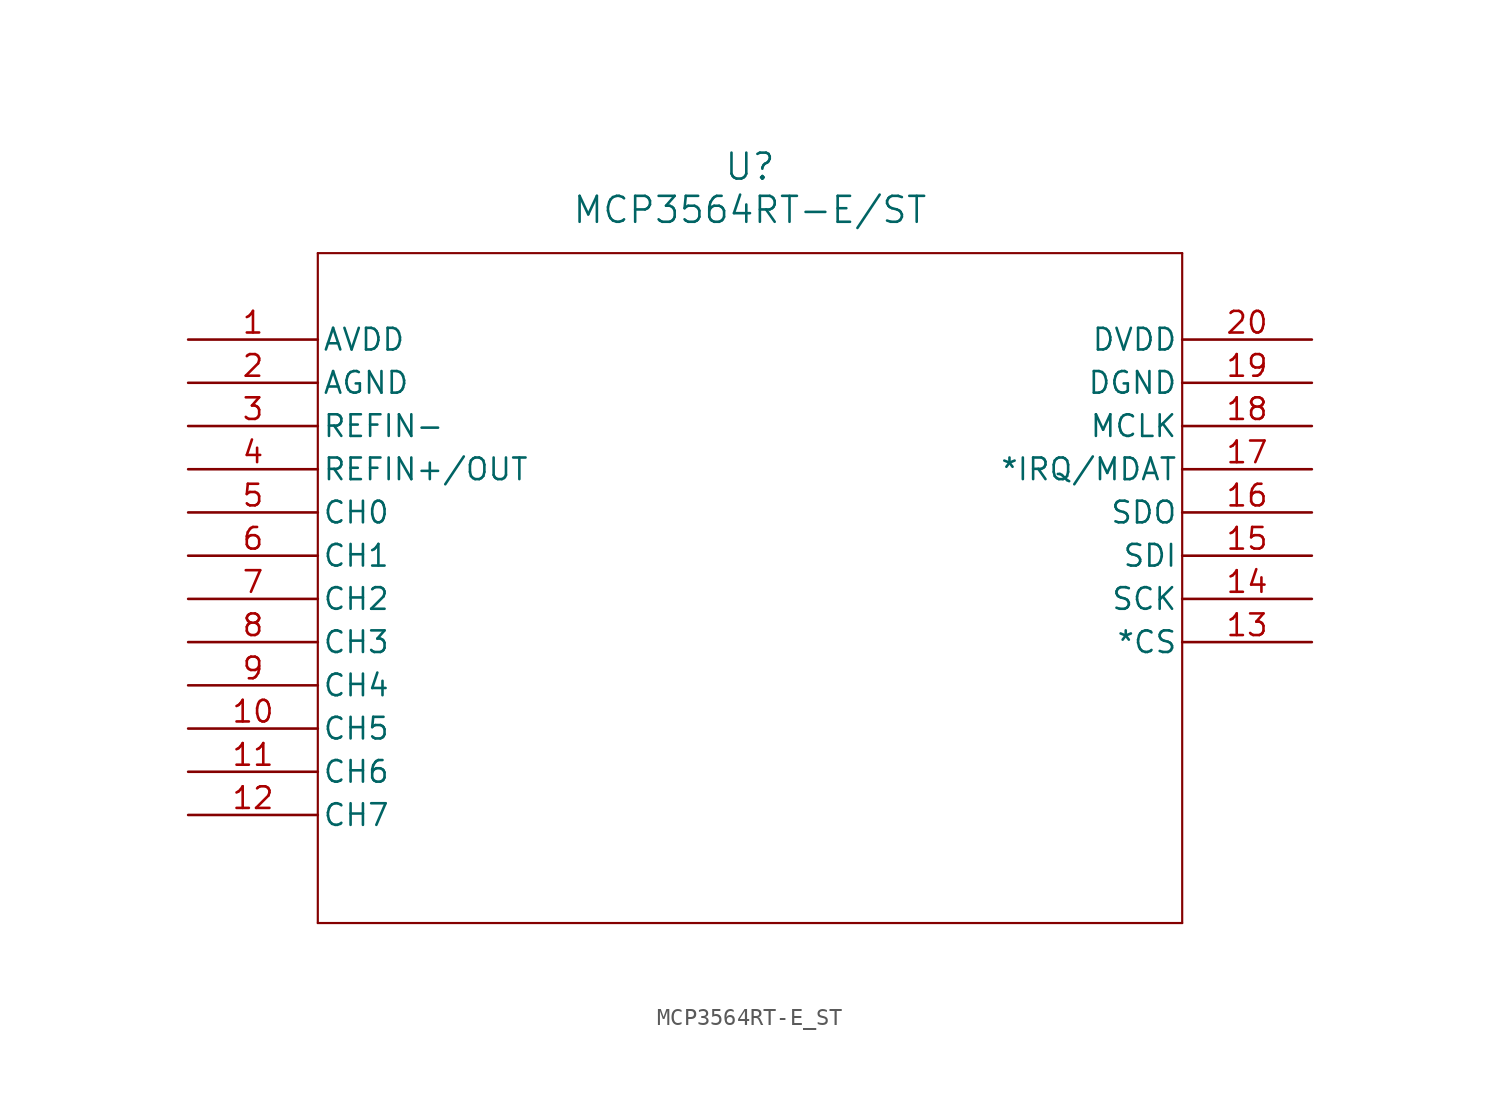
<source format=kicad_sym>
(kicad_symbol_lib
  (version 20220914)
  (generator kicad_symbol_editor)
  (symbol "MCP3564RT-E_ST"
    (pin_names
      (offset 0.254))
    (property "Reference" "U"
      (at 33.02 10.16 0)
      (effects (font (size 1.524 1.524))))
    (property "Value" "MCP3564RT-E/ST"
      (at 33.02 7.62 0)
      (effects (font (size 1.524 1.524))))
    (property "ki_locked" ""
      (at 0 0 0)
      (effects (font (size 1.27 1.27))))
    (symbol "MCP3564RT-E_ST_1_1"
      (polyline (pts (xy 7.62 -34.29) (xy 58.42 -34.29)) (stroke (width 0.127) (type default)) (fill (type none)))
      (polyline (pts (xy 7.62 5.08) (xy 7.62 -34.29)) (stroke (width 0.127) (type default)) (fill (type none)))
      (polyline (pts (xy 58.42 -34.29) (xy 58.42 5.08)) (stroke (width 0.127) (type default)) (fill (type none)))
      (polyline (pts (xy 58.42 5.08) (xy 7.62 5.08)) (stroke (width 0.127) (type default)) (fill (type none)))
      (pin power_in line (at 0 0 0) (length 7.62) (name "AVDD" (effects (font (size 1.27 1.27)))) (number "1" (effects (font (size 1.27 1.27)))))
      (pin input line (at 0 -22.86 0) (length 7.62) (name "CH5" (effects (font (size 1.27 1.27)))) (number "10" (effects (font (size 1.27 1.27)))))
      (pin input line (at 0 -25.4 0) (length 7.62) (name "CH6" (effects (font (size 1.27 1.27)))) (number "11" (effects (font (size 1.27 1.27)))))
      (pin input line (at 0 -27.94 0) (length 7.62) (name "CH7" (effects (font (size 1.27 1.27)))) (number "12" (effects (font (size 1.27 1.27)))))
      (pin input line (at 66.04 -17.78 180) (length 7.62) (name "*CS" (effects (font (size 1.27 1.27)))) (number "13" (effects (font (size 1.27 1.27)))))
      (pin input line (at 66.04 -15.24 180) (length 7.62) (name "SCK" (effects (font (size 1.27 1.27)))) (number "14" (effects (font (size 1.27 1.27)))))
      (pin input line (at 66.04 -12.7 180) (length 7.62) (name "SDI" (effects (font (size 1.27 1.27)))) (number "15" (effects (font (size 1.27 1.27)))))
      (pin output line (at 66.04 -10.16 180) (length 7.62) (name "SDO" (effects (font (size 1.27 1.27)))) (number "16" (effects (font (size 1.27 1.27)))))
      (pin output line (at 66.04 -7.62 180) (length 7.62) (name "*IRQ/MDAT" (effects (font (size 1.27 1.27)))) (number "17" (effects (font (size 1.27 1.27)))))
      (pin bidirectional line (at 66.04 -5.08 180) (length 7.62) (name "MCLK" (effects (font (size 1.27 1.27)))) (number "18" (effects (font (size 1.27 1.27)))))
      (pin power_out line (at 66.04 -2.54 180) (length 7.62) (name "DGND" (effects (font (size 1.27 1.27)))) (number "19" (effects (font (size 1.27 1.27)))))
      (pin power_out line (at 0 -2.54 0) (length 7.62) (name "AGND" (effects (font (size 1.27 1.27)))) (number "2" (effects (font (size 1.27 1.27)))))
      (pin power_in line (at 66.04 0 180) (length 7.62) (name "DVDD" (effects (font (size 1.27 1.27)))) (number "20" (effects (font (size 1.27 1.27)))))
      (pin input line (at 0 -5.08 0) (length 7.62) (name "REFIN-" (effects (font (size 1.27 1.27)))) (number "3" (effects (font (size 1.27 1.27)))))
      (pin bidirectional line (at 0 -7.62 0) (length 7.62) (name "REFIN+/OUT" (effects (font (size 1.27 1.27)))) (number "4" (effects (font (size 1.27 1.27)))))
      (pin input line (at 0 -10.16 0) (length 7.62) (name "CH0" (effects (font (size 1.27 1.27)))) (number "5" (effects (font (size 1.27 1.27)))))
      (pin input line (at 0 -12.7 0) (length 7.62) (name "CH1" (effects (font (size 1.27 1.27)))) (number "6" (effects (font (size 1.27 1.27)))))
      (pin input line (at 0 -15.24 0) (length 7.62) (name "CH2" (effects (font (size 1.27 1.27)))) (number "7" (effects (font (size 1.27 1.27)))))
      (pin input line (at 0 -17.78 0) (length 7.62) (name "CH3" (effects (font (size 1.27 1.27)))) (number "8" (effects (font (size 1.27 1.27)))))
      (pin input line (at 0 -20.32 0) (length 7.62) (name "CH4" (effects (font (size 1.27 1.27)))) (number "9" (effects (font (size 1.27 1.27))))))))
</source>
